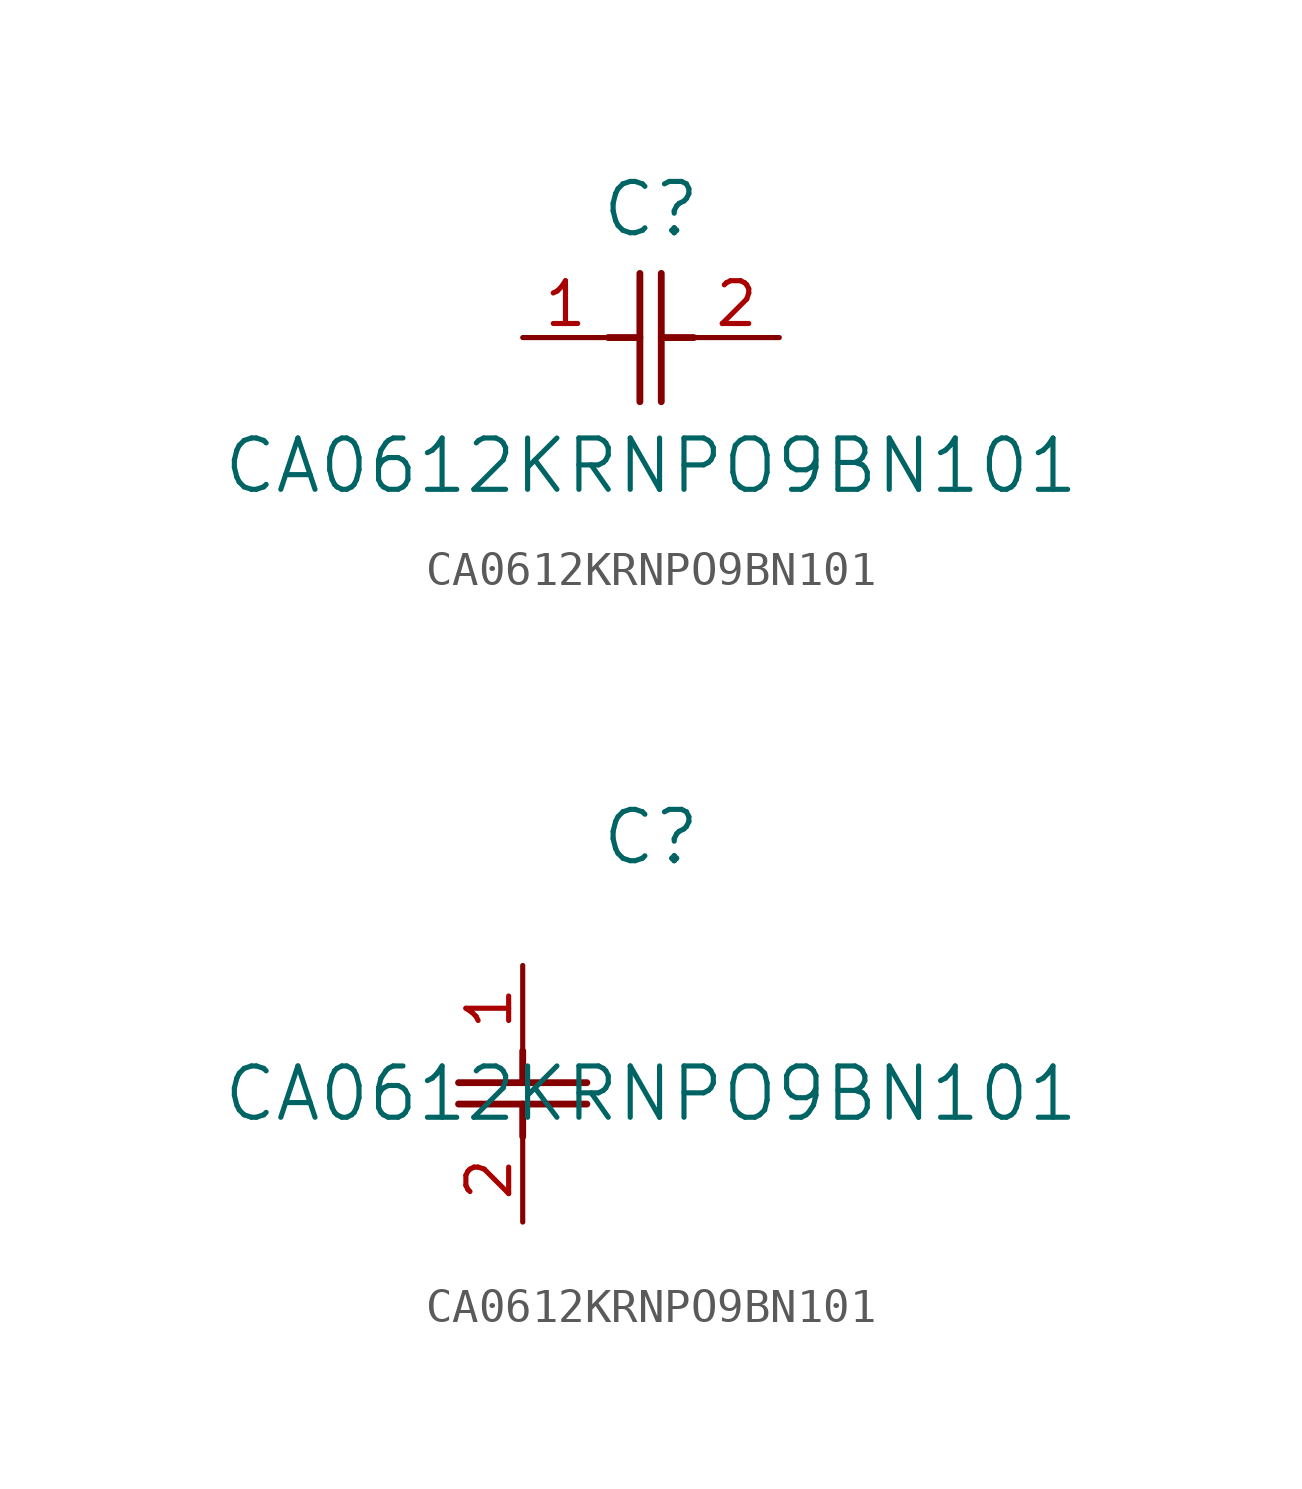
<source format=kicad_sym>
(kicad_symbol_lib
  (version 20211014)
  (generator kicad_symbol_editor)
  (symbol "CA0612KRNPO9BN101"
    (pin_names
      (offset 0.254))
    (property "Reference" "C"
      (at 3.81 3.81 0)
      (effects (font (size 1.524 1.524))))
    (property "Value" "CA0612KRNPO9BN101"
      (at 3.81 -3.81 0)
      (effects (font (size 1.524 1.524))))
    (symbol "CA0612KRNPO9BN101_1_1"
      (polyline (pts (xy 3.48 -1.905) (xy 3.48 1.905)) (stroke (width 0.203) (type default) (color 0 0 0 0)) (fill (type none)))
      (polyline (pts (xy 4.115 -1.905) (xy 4.115 1.905)) (stroke (width 0.203) (type default) (color 0 0 0 0)) (fill (type none)))
      (polyline (pts (xy 4.115 0) (xy 5.08 0)) (stroke (width 0.203) (type default) (color 0 0 0 0)) (fill (type none)))
      (polyline (pts (xy 2.54 0) (xy 3.48 0)) (stroke (width 0.203) (type default) (color 0 0 0 0)) (fill (type none)))
      (pin unspecified line (at 0 0 0) (length 2.54) (name "" (effects (font (size 1.27 1.27)))) (number "1" (effects (font (size 1.27 1.27)))))
      (pin unspecified line (at 7.62 0 180) (length 2.54) (name "" (effects (font (size 1.27 1.27)))) (number "2" (effects (font (size 1.27 1.27))))))
    (symbol "CA0612KRNPO9BN101_1_2"
      (polyline (pts (xy -1.905 -3.48) (xy 1.905 -3.48)) (stroke (width 0.203) (type default) (color 0 0 0 0)) (fill (type none)))
      (polyline (pts (xy -1.905 -4.115) (xy 1.905 -4.115)) (stroke (width 0.203) (type default) (color 0 0 0 0)) (fill (type none)))
      (polyline (pts (xy 0 -4.115) (xy 0 -5.08)) (stroke (width 0.203) (type default) (color 0 0 0 0)) (fill (type none)))
      (polyline (pts (xy 0 -2.54) (xy 0 -3.48)) (stroke (width 0.203) (type default) (color 0 0 0 0)) (fill (type none)))
      (pin unspecified line (at 0 0 270) (length 2.54) (name "" (effects (font (size 1.27 1.27)))) (number "1" (effects (font (size 1.27 1.27)))))
      (pin unspecified line (at 0 -7.62 90) (length 2.54) (name "" (effects (font (size 1.27 1.27)))) (number "2" (effects (font (size 1.27 1.27))))))))
</source>
